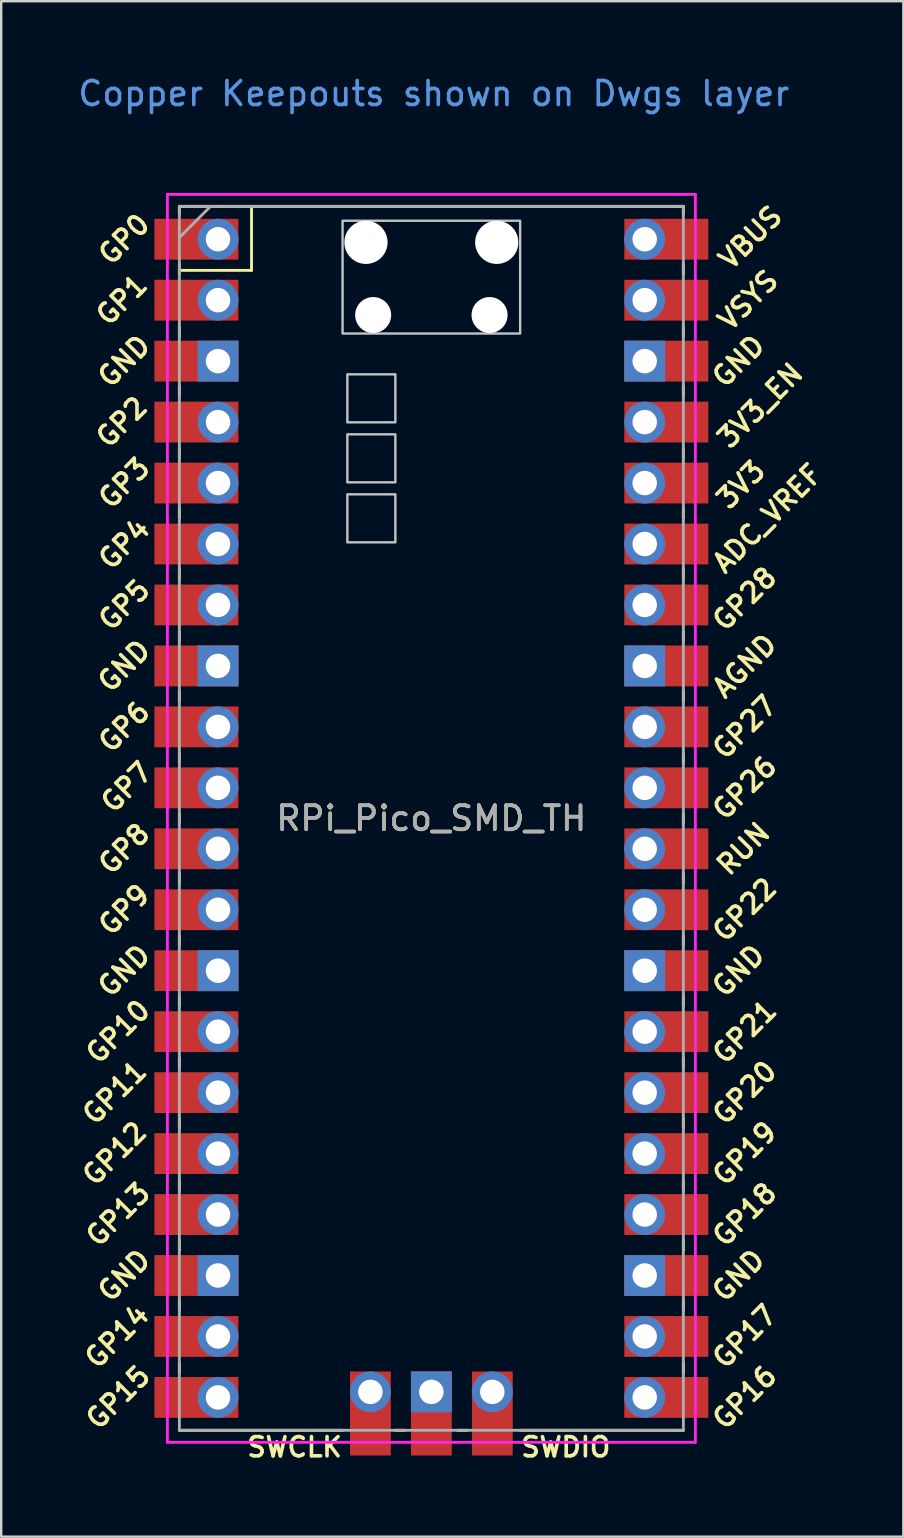
<source format=kicad_pcb>
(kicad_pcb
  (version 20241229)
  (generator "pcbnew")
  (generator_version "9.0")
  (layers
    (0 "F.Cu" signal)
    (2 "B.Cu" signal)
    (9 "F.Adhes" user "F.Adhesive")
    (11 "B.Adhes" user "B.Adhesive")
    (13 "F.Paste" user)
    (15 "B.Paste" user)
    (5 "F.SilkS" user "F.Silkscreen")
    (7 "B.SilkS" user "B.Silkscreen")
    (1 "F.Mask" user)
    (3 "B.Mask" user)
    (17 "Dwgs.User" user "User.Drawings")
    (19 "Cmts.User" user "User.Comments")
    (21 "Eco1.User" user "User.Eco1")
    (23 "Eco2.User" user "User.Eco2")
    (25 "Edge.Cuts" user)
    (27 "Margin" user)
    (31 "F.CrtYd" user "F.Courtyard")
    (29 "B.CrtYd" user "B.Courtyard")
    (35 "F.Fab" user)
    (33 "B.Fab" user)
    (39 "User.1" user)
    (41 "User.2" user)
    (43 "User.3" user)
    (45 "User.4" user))
  (footprint "RPi_Pico_SMD_TH"
    (layer "F.Cu")
    (at 14.924 31.048)
    (property "Reference" "RPi_Pico_SMD_TH" (at 0 0 0) (layer "F.SilkS") (effects (font (size 1 1) (thickness 0.15))))
    (attr through_hole)
    (fp_line (start -10.5 -25.5) (end -10.5 -25.2) (stroke (width 0.12) (type solid)) (layer "F.SilkS"))
    (fp_line (start -10.5 -25.5) (end 10.5 -25.5) (stroke (width 0.12) (type solid)) (layer "F.SilkS"))
    (fp_line (start -10.5 -23.1) (end -10.5 -22.7) (stroke (width 0.12) (type solid)) (layer "F.SilkS"))
    (fp_line (start -10.5 -22.833) (end -7.493 -22.833) (stroke (width 0.12) (type solid)) (layer "F.SilkS"))
    (fp_line (start -10.5 -20.5) (end -10.5 -20.1) (stroke (width 0.12) (type solid)) (layer "F.SilkS"))
    (fp_line (start -10.5 -18) (end -10.5 -17.6) (stroke (width 0.12) (type solid)) (layer "F.SilkS"))
    (fp_line (start -10.5 -15.4) (end -10.5 -15) (stroke (width 0.12) (type solid)) (layer "F.SilkS"))
    (fp_line (start -10.5 -12.9) (end -10.5 -12.5) (stroke (width 0.12) (type solid)) (layer "F.SilkS"))
    (fp_line (start -10.5 -10.4) (end -10.5 -10) (stroke (width 0.12) (type solid)) (layer "F.SilkS"))
    (fp_line (start -10.5 -7.8) (end -10.5 -7.4) (stroke (width 0.12) (type solid)) (layer "F.SilkS"))
    (fp_line (start -10.5 -5.3) (end -10.5 -4.9) (stroke (width 0.12) (type solid)) (layer "F.SilkS"))
    (fp_line (start -10.5 -2.7) (end -10.5 -2.3) (stroke (width 0.12) (type solid)) (layer "F.SilkS"))
    (fp_line (start -10.5 -0.2) (end -10.5 0.2) (stroke (width 0.12) (type solid)) (layer "F.SilkS"))
    (fp_line (start -10.5 2.3) (end -10.5 2.7) (stroke (width 0.12) (type solid)) (layer "F.SilkS"))
    (fp_line (start -10.5 4.9) (end -10.5 5.3) (stroke (width 0.12) (type solid)) (layer "F.SilkS"))
    (fp_line (start -10.5 7.4) (end -10.5 7.8) (stroke (width 0.12) (type solid)) (layer "F.SilkS"))
    (fp_line (start -10.5 10) (end -10.5 10.4) (stroke (width 0.12) (type solid)) (layer "F.SilkS"))
    (fp_line (start -10.5 12.5) (end -10.5 12.9) (stroke (width 0.12) (type solid)) (layer "F.SilkS"))
    (fp_line (start -10.5 15.1) (end -10.5 15.5) (stroke (width 0.12) (type solid)) (layer "F.SilkS"))
    (fp_line (start -10.5 17.6) (end -10.5 18) (stroke (width 0.12) (type solid)) (layer "F.SilkS"))
    (fp_line (start -10.5 20.1) (end -10.5 20.5) (stroke (width 0.12) (type solid)) (layer "F.SilkS"))
    (fp_line (start -10.5 22.7) (end -10.5 23.1) (stroke (width 0.12) (type solid)) (layer "F.SilkS"))
    (fp_line (start -7.493 -22.833) (end -7.493 -25.5) (stroke (width 0.12) (type solid)) (layer "F.SilkS"))
    (fp_line (start -3.7 25.5) (end -10.5 25.5) (stroke (width 0.12) (type solid)) (layer "F.SilkS"))
    (fp_line (start -1.5 25.5) (end -1.1 25.5) (stroke (width 0.12) (type solid)) (layer "F.SilkS"))
    (fp_line (start 1.1 25.5) (end 1.5 25.5) (stroke (width 0.12) (type solid)) (layer "F.SilkS"))
    (fp_line (start 10.5 -25.5) (end 10.5 -25.2) (stroke (width 0.12) (type solid)) (layer "F.SilkS"))
    (fp_line (start 10.5 -23.1) (end 10.5 -22.7) (stroke (width 0.12) (type solid)) (layer "F.SilkS"))
    (fp_line (start 10.5 -20.5) (end 10.5 -20.1) (stroke (width 0.12) (type solid)) (layer "F.SilkS"))
    (fp_line (start 10.5 -18) (end 10.5 -17.6) (stroke (width 0.12) (type solid)) (layer "F.SilkS"))
    (fp_line (start 10.5 -15.4) (end 10.5 -15) (stroke (width 0.12) (type solid)) (layer "F.SilkS"))
    (fp_line (start 10.5 -12.9) (end 10.5 -12.5) (stroke (width 0.12) (type solid)) (layer "F.SilkS"))
    (fp_line (start 10.5 -10.4) (end 10.5 -10) (stroke (width 0.12) (type solid)) (layer "F.SilkS"))
    (fp_line (start 10.5 -7.8) (end 10.5 -7.4) (stroke (width 0.12) (type solid)) (layer "F.SilkS"))
    (fp_line (start 10.5 -5.3) (end 10.5 -4.9) (stroke (width 0.12) (type solid)) (layer "F.SilkS"))
    (fp_line (start 10.5 -2.7) (end 10.5 -2.3) (stroke (width 0.12) (type solid)) (layer "F.SilkS"))
    (fp_line (start 10.5 -0.2) (end 10.5 0.2) (stroke (width 0.12) (type solid)) (layer "F.SilkS"))
    (fp_line (start 10.5 2.3) (end 10.5 2.7) (stroke (width 0.12) (type solid)) (layer "F.SilkS"))
    (fp_line (start 10.5 4.9) (end 10.5 5.3) (stroke (width 0.12) (type solid)) (layer "F.SilkS"))
    (fp_line (start 10.5 7.4) (end 10.5 7.8) (stroke (width 0.12) (type solid)) (layer "F.SilkS"))
    (fp_line (start 10.5 10) (end 10.5 10.4) (stroke (width 0.12) (type solid)) (layer "F.SilkS"))
    (fp_line (start 10.5 12.5) (end 10.5 12.9) (stroke (width 0.12) (type solid)) (layer "F.SilkS"))
    (fp_line (start 10.5 15.1) (end 10.5 15.5) (stroke (width 0.12) (type solid)) (layer "F.SilkS"))
    (fp_line (start 10.5 17.6) (end 10.5 18) (stroke (width 0.12) (type solid)) (layer "F.SilkS"))
    (fp_line (start 10.5 20.1) (end 10.5 20.5) (stroke (width 0.12) (type solid)) (layer "F.SilkS"))
    (fp_line (start 10.5 22.7) (end 10.5 23.1) (stroke (width 0.12) (type solid)) (layer "F.SilkS"))
    (fp_line (start 10.5 25.5) (end 3.7 25.5) (stroke (width 0.12) (type solid)) (layer "F.SilkS"))
    (fp_poly (pts (xy -1.5 -16.5) (xy -3.5 -16.5) (xy -3.5 -18.5) (xy -1.5 -18.5)) (stroke (width 0.1) (type solid)) (fill no) (layer "Dwgs.User"))
    (fp_poly (pts (xy -1.5 -14) (xy -3.5 -14) (xy -3.5 -16) (xy -1.5 -16)) (stroke (width 0.1) (type solid)) (fill no) (layer "Dwgs.User"))
    (fp_poly (pts (xy -1.5 -11.5) (xy -3.5 -11.5) (xy -3.5 -13.5) (xy -1.5 -13.5)) (stroke (width 0.1) (type solid)) (fill no) (layer "Dwgs.User"))
    (fp_poly (pts (xy 3.7 -20.2) (xy -3.7 -20.2) (xy -3.7 -24.9) (xy 3.7 -24.9)) (stroke (width 0.1) (type solid)) (fill no) (layer "Dwgs.User"))
    (fp_line (start -11 -26) (end 11 -26) (stroke (width 0.12) (type solid)) (layer "F.CrtYd"))
    (fp_line (start -11 26) (end -11 -26) (stroke (width 0.12) (type solid)) (layer "F.CrtYd"))
    (fp_line (start 11 -26) (end 11 26) (stroke (width 0.12) (type solid)) (layer "F.CrtYd"))
    (fp_line (start 11 26) (end -11 26) (stroke (width 0.12) (type solid)) (layer "F.CrtYd"))
    (fp_line (start -10.5 -25.5) (end 10.5 -25.5) (stroke (width 0.12) (type solid)) (layer "F.Fab"))
    (fp_line (start -10.5 -24.2) (end -9.2 -25.5) (stroke (width 0.12) (type solid)) (layer "F.Fab"))
    (fp_line (start -10.5 25.5) (end -10.5 -25.5) (stroke (width 0.12) (type solid)) (layer "F.Fab"))
    (fp_line (start 10.5 -25.5) (end 10.5 25.5) (stroke (width 0.12) (type solid)) (layer "F.Fab"))
    (fp_line (start 10.5 25.5) (end -10.5 25.5) (stroke (width 0.12) (type solid)) (layer "F.Fab"))
    (fp_text user "GND" (at -12.8 19.05 45) (layer "F.SilkS") (effects (font (size 0.8 0.8) (thickness 0.15))))
    (fp_text user "GND" (at 12.8 19.05 45) (layer "F.SilkS") (effects (font (size 0.8 0.8) (thickness 0.15))))
    (fp_text user "GP15" (at -13.054 24.13 45) (layer "F.SilkS") (effects (font (size 0.8 0.8) (thickness 0.15))))
    (fp_text user "AGND" (at 13.054 -6.35 45) (layer "F.SilkS") (effects (font (size 0.8 0.8) (thickness 0.15))))
    (fp_text user "GP3" (at -12.8 -13.97 45) (layer "F.SilkS") (effects (font (size 0.8 0.8) (thickness 0.15))))
    (fp_text user "GP21" (at 13.054 8.9 45) (layer "F.SilkS") (effects (font (size 0.8 0.8) (thickness 0.15))))
    (fp_text user "GP14" (at -13.1 21.59 45) (layer "F.SilkS") (effects (font (size 0.8 0.8) (thickness 0.15))))
    (fp_text user "GP27" (at 13.054 -3.8 45) (layer "F.SilkS") (effects (font (size 0.8 0.8) (thickness 0.15))))
    (fp_text user "GP8" (at -12.8 1.27 45) (layer "F.SilkS") (effects (font (size 0.8 0.8) (thickness 0.15))))
    (fp_text user "GP2" (at -12.9 -16.51 45) (layer "F.SilkS") (effects (font (size 0.8 0.8) (thickness 0.15))))
    (fp_text user "GP22" (at 13.054 3.81 45) (layer "F.SilkS") (effects (font (size 0.8 0.8) (thickness 0.15))))
    (fp_text user "3V3_EN" (at 13.7 -17.2 45) (layer "F.SilkS") (effects (font (size 0.8 0.8) (thickness 0.15))))
    (fp_text user "GP0" (at -12.8 -24.13 45) (layer "F.SilkS") (effects (font (size 0.8 0.8) (thickness 0.15))))
    (fp_text user "GP17" (at 13.054 21.59 45) (layer "F.SilkS") (effects (font (size 0.8 0.8) (thickness 0.15))))
    (fp_text user "GP19" (at 13.054 13.97 45) (layer "F.SilkS") (effects (font (size 0.8 0.8) (thickness 0.15))))
    (fp_text user "SWDIO" (at 5.6 26.2 0) (layer "F.SilkS") (effects (font (size 0.8 0.8) (thickness 0.15))))
    (fp_text user "GP20" (at 13.054 11.43 45) (layer "F.SilkS") (effects (font (size 0.8 0.8) (thickness 0.15))))
    (fp_text user "GND" (at 12.8 -19.05 45) (layer "F.SilkS") (effects (font (size 0.8 0.8) (thickness 0.15))))
    (fp_text user "GP12" (at -13.2 13.97 45) (layer "F.SilkS") (effects (font (size 0.8 0.8) (thickness 0.15))))
    (fp_text user "GP13" (at -13.054 16.51 45) (layer "F.SilkS") (effects (font (size 0.8 0.8) (thickness 0.15))))
    (fp_text user "GP9" (at -12.8 3.81 45) (layer "F.SilkS") (effects (font (size 0.8 0.8) (thickness 0.15))))
    (fp_text user "GND" (at -12.8 6.35 45) (layer "F.SilkS") (effects (font (size 0.8 0.8) (thickness 0.15))))
    (fp_text user "GP16" (at 13.054 24.13 45) (layer "F.SilkS") (effects (font (size 0.8 0.8) (thickness 0.15))))
    (fp_text user "GP11" (at -13.2 11.43 45) (layer "F.SilkS") (effects (font (size 0.8 0.8) (thickness 0.15))))
    (fp_text user "VBUS" (at 13.3 -24.2 45) (layer "F.SilkS") (effects (font (size 0.8 0.8) (thickness 0.15))))
    (fp_text user "GP4" (at -12.8 -11.43 45) (layer "F.SilkS") (effects (font (size 0.8 0.8) (thickness 0.15))))
    (fp_text user "GND" (at 12.8 6.35 45) (layer "F.SilkS") (effects (font (size 0.8 0.8) (thickness 0.15))))
    (fp_text user "SWCLK" (at -5.7 26.2 0) (layer "F.SilkS") (effects (font (size 0.8 0.8) (thickness 0.15))))
    (fp_text user "GP18" (at 13.054 16.51 45) (layer "F.SilkS") (effects (font (size 0.8 0.8) (thickness 0.15))))
    (fp_text user "GP1" (at -12.9 -21.6 45) (layer "F.SilkS") (effects (font (size 0.8 0.8) (thickness 0.15))))
    (fp_text user "GND" (at -12.8 -19.05 45) (layer "F.SilkS") (effects (font (size 0.8 0.8) (thickness 0.15))))
    (fp_text user "GP26" (at 13.054 -1.27 45) (layer "F.SilkS") (effects (font (size 0.8 0.8) (thickness 0.15))))
    (fp_text user "GP5" (at -12.8 -8.89 45) (layer "F.SilkS") (effects (font (size 0.8 0.8) (thickness 0.15))))
    (fp_text user "GND" (at -12.8 -6.35 45) (layer "F.SilkS") (effects (font (size 0.8 0.8) (thickness 0.15))))
    (fp_text user "GP10" (at -13.054 8.89 45) (layer "F.SilkS") (effects (font (size 0.8 0.8) (thickness 0.15))))
    (fp_text user "RUN" (at 13 1.27 45) (layer "F.SilkS") (effects (font (size 0.8 0.8) (thickness 0.15))))
    (fp_text user "GP6" (at -12.8 -3.81 45) (layer "F.SilkS") (effects (font (size 0.8 0.8) (thickness 0.15))))
    (fp_text user "ADC_VREF" (at 14 -12.5 45) (layer "F.SilkS") (effects (font (size 0.8 0.8) (thickness 0.15))))
    (fp_text user "3V3" (at 12.9 -13.9 45) (layer "F.SilkS") (effects (font (size 0.8 0.8) (thickness 0.15))))
    (fp_text user "VSYS" (at 13.2 -21.59 45) (layer "F.SilkS") (effects (font (size 0.8 0.8) (thickness 0.15))))
    (fp_text user "GP7" (at -12.7 -1.3 45) (layer "F.SilkS") (effects (font (size 0.8 0.8) (thickness 0.15))))
    (fp_text user "GP28" (at 13.054 -9.144 45) (layer "F.SilkS") (effects (font (size 0.8 0.8) (thickness 0.15))))
    (fp_text user "Copper Keepouts shown on Dwgs layer" (at 0.1 -30.2 0) (layer "Cmts.User") (effects (font (size 1 1) (thickness 0.15))))
    (fp_text user "${REFERENCE}" (at 0 0 180) (layer "F.Fab") (effects (font (size 1 1) (thickness 0.15))))
    (pad "" np_thru_hole oval (at -2.725 -24) (size 1.8 1.8) (drill 1.8) (layers "*.Cu" "*.Mask"))
    (pad "" np_thru_hole oval (at -2.425 -20.97) (size 1.5 1.5) (drill 1.5) (layers "*.Cu" "*.Mask"))
    (pad "" np_thru_hole oval (at 2.425 -20.97) (size 1.5 1.5) (drill 1.5) (layers "*.Cu" "*.Mask"))
    (pad "" np_thru_hole oval (at 2.725 -24) (size 1.8 1.8) (drill 1.8) (layers "*.Cu" "*.Mask"))
    (pad "1" thru_hole oval (at -8.89 -24.13) (size 1.7 1.7) (drill 1.02) (layers "*.Cu" "*.Mask"))
    (pad "1" smd rect (at -8.89 -24.13) (size 3.5 1.7) (drill (offset -0.9 0)) (layers "F.Cu" "F.Mask"))
    (pad "2" thru_hole oval (at -8.89 -21.59) (size 1.7 1.7) (drill 1.02) (layers "*.Cu" "*.Mask"))
    (pad "2" smd rect (at -8.89 -21.59) (size 3.5 1.7) (drill (offset -0.9 0)) (layers "F.Cu" "F.Mask"))
    (pad "3" thru_hole rect (at -8.89 -19.05) (size 1.7 1.7) (drill 1.02) (layers "*.Cu" "*.Mask"))
    (pad "3" smd rect (at -8.89 -19.05) (size 3.5 1.7) (drill (offset -0.9 0)) (layers "F.Cu" "F.Mask"))
    (pad "4" thru_hole oval (at -8.89 -16.51) (size 1.7 1.7) (drill 1.02) (layers "*.Cu" "*.Mask"))
    (pad "4" smd rect (at -8.89 -16.51) (size 3.5 1.7) (drill (offset -0.9 0)) (layers "F.Cu" "F.Mask"))
    (pad "5" thru_hole oval (at -8.89 -13.97) (size 1.7 1.7) (drill 1.02) (layers "*.Cu" "*.Mask"))
    (pad "5" smd rect (at -8.89 -13.97) (size 3.5 1.7) (drill (offset -0.9 0)) (layers "F.Cu" "F.Mask"))
    (pad "6" thru_hole oval (at -8.89 -11.43) (size 1.7 1.7) (drill 1.02) (layers "*.Cu" "*.Mask"))
    (pad "6" smd rect (at -8.89 -11.43) (size 3.5 1.7) (drill (offset -0.9 0)) (layers "F.Cu" "F.Mask"))
    (pad "7" thru_hole oval (at -8.89 -8.89) (size 1.7 1.7) (drill 1.02) (layers "*.Cu" "*.Mask"))
    (pad "7" smd rect (at -8.89 -8.89) (size 3.5 1.7) (drill (offset -0.9 0)) (layers "F.Cu" "F.Mask"))
    (pad "8" thru_hole rect (at -8.89 -6.35) (size 1.7 1.7) (drill 1.02) (layers "*.Cu" "*.Mask"))
    (pad "8" smd rect (at -8.89 -6.35) (size 3.5 1.7) (drill (offset -0.9 0)) (layers "F.Cu" "F.Mask"))
    (pad "9" thru_hole oval (at -8.89 -3.81) (size 1.7 1.7) (drill 1.02) (layers "*.Cu" "*.Mask"))
    (pad "9" smd rect (at -8.89 -3.81) (size 3.5 1.7) (drill (offset -0.9 0)) (layers "F.Cu" "F.Mask"))
    (pad "10" thru_hole oval (at -8.89 -1.27) (size 1.7 1.7) (drill 1.02) (layers "*.Cu" "*.Mask"))
    (pad "10" smd rect (at -8.89 -1.27) (size 3.5 1.7) (drill (offset -0.9 0)) (layers "F.Cu" "F.Mask"))
    (pad "11" thru_hole oval (at -8.89 1.27) (size 1.7 1.7) (drill 1.02) (layers "*.Cu" "*.Mask"))
    (pad "11" smd rect (at -8.89 1.27) (size 3.5 1.7) (drill (offset -0.9 0)) (layers "F.Cu" "F.Mask"))
    (pad "12" thru_hole oval (at -8.89 3.81) (size 1.7 1.7) (drill 1.02) (layers "*.Cu" "*.Mask"))
    (pad "12" smd rect (at -8.89 3.81) (size 3.5 1.7) (drill (offset -0.9 0)) (layers "F.Cu" "F.Mask"))
    (pad "13" thru_hole rect (at -8.89 6.35) (size 1.7 1.7) (drill 1.02) (layers "*.Cu" "*.Mask"))
    (pad "13" smd rect (at -8.89 6.35) (size 3.5 1.7) (drill (offset -0.9 0)) (layers "F.Cu" "F.Mask"))
    (pad "14" thru_hole oval (at -8.89 8.89) (size 1.7 1.7) (drill 1.02) (layers "*.Cu" "*.Mask"))
    (pad "14" smd rect (at -8.89 8.89) (size 3.5 1.7) (drill (offset -0.9 0)) (layers "F.Cu" "F.Mask"))
    (pad "15" thru_hole oval (at -8.89 11.43) (size 1.7 1.7) (drill 1.02) (layers "*.Cu" "*.Mask"))
    (pad "15" smd rect (at -8.89 11.43) (size 3.5 1.7) (drill (offset -0.9 0)) (layers "F.Cu" "F.Mask"))
    (pad "16" thru_hole oval (at -8.89 13.97) (size 1.7 1.7) (drill 1.02) (layers "*.Cu" "*.Mask"))
    (pad "16" smd rect (at -8.89 13.97) (size 3.5 1.7) (drill (offset -0.9 0)) (layers "F.Cu" "F.Mask"))
    (pad "17" thru_hole oval (at -8.89 16.51) (size 1.7 1.7) (drill 1.02) (layers "*.Cu" "*.Mask"))
    (pad "17" smd rect (at -8.89 16.51) (size 3.5 1.7) (drill (offset -0.9 0)) (layers "F.Cu" "F.Mask"))
    (pad "18" thru_hole rect (at -8.89 19.05) (size 1.7 1.7) (drill 1.02) (layers "*.Cu" "*.Mask"))
    (pad "18" smd rect (at -8.89 19.05) (size 3.5 1.7) (drill (offset -0.9 0)) (layers "F.Cu" "F.Mask"))
    (pad "19" thru_hole oval (at -8.89 21.59) (size 1.7 1.7) (drill 1.02) (layers "*.Cu" "*.Mask"))
    (pad "19" smd rect (at -8.89 21.59) (size 3.5 1.7) (drill (offset -0.9 0)) (layers "F.Cu" "F.Mask"))
    (pad "20" thru_hole oval (at -8.89 24.13) (size 1.7 1.7) (drill 1.02) (layers "*.Cu" "*.Mask"))
    (pad "20" smd rect (at -8.89 24.13) (size 3.5 1.7) (drill (offset -0.9 0)) (layers "F.Cu" "F.Mask"))
    (pad "21" thru_hole oval (at 8.89 24.13) (size 1.7 1.7) (drill 1.02) (layers "*.Cu" "*.Mask"))
    (pad "21" smd rect (at 8.89 24.13) (size 3.5 1.7) (drill (offset 0.9 0)) (layers "F.Cu" "F.Mask"))
    (pad "22" thru_hole oval (at 8.89 21.59) (size 1.7 1.7) (drill 1.02) (layers "*.Cu" "*.Mask"))
    (pad "22" smd rect (at 8.89 21.59) (size 3.5 1.7) (drill (offset 0.9 0)) (layers "F.Cu" "F.Mask"))
    (pad "23" thru_hole rect (at 8.89 19.05) (size 1.7 1.7) (drill 1.02) (layers "*.Cu" "*.Mask"))
    (pad "23" smd rect (at 8.89 19.05) (size 3.5 1.7) (drill (offset 0.9 0)) (layers "F.Cu" "F.Mask"))
    (pad "24" thru_hole oval (at 8.89 16.51) (size 1.7 1.7) (drill 1.02) (layers "*.Cu" "*.Mask"))
    (pad "24" smd rect (at 8.89 16.51) (size 3.5 1.7) (drill (offset 0.9 0)) (layers "F.Cu" "F.Mask"))
    (pad "25" thru_hole oval (at 8.89 13.97) (size 1.7 1.7) (drill 1.02) (layers "*.Cu" "*.Mask"))
    (pad "25" smd rect (at 8.89 13.97) (size 3.5 1.7) (drill (offset 0.9 0)) (layers "F.Cu" "F.Mask"))
    (pad "26" thru_hole oval (at 8.89 11.43) (size 1.7 1.7) (drill 1.02) (layers "*.Cu" "*.Mask"))
    (pad "26" smd rect (at 8.89 11.43) (size 3.5 1.7) (drill (offset 0.9 0)) (layers "F.Cu" "F.Mask"))
    (pad "27" thru_hole oval (at 8.89 8.89) (size 1.7 1.7) (drill 1.02) (layers "*.Cu" "*.Mask"))
    (pad "27" smd rect (at 8.89 8.89) (size 3.5 1.7) (drill (offset 0.9 0)) (layers "F.Cu" "F.Mask"))
    (pad "28" thru_hole rect (at 8.89 6.35) (size 1.7 1.7) (drill 1.02) (layers "*.Cu" "*.Mask"))
    (pad "28" smd rect (at 8.89 6.35) (size 3.5 1.7) (drill (offset 0.9 0)) (layers "F.Cu" "F.Mask"))
    (pad "29" thru_hole oval (at 8.89 3.81) (size 1.7 1.7) (drill 1.02) (layers "*.Cu" "*.Mask"))
    (pad "29" smd rect (at 8.89 3.81) (size 3.5 1.7) (drill (offset 0.9 0)) (layers "F.Cu" "F.Mask"))
    (pad "30" thru_hole oval (at 8.89 1.27) (size 1.7 1.7) (drill 1.02) (layers "*.Cu" "*.Mask"))
    (pad "30" smd rect (at 8.89 1.27) (size 3.5 1.7) (drill (offset 0.9 0)) (layers "F.Cu" "F.Mask"))
    (pad "31" thru_hole oval (at 8.89 -1.27) (size 1.7 1.7) (drill 1.02) (layers "*.Cu" "*.Mask"))
    (pad "31" smd rect (at 8.89 -1.27) (size 3.5 1.7) (drill (offset 0.9 0)) (layers "F.Cu" "F.Mask"))
    (pad "32" thru_hole oval (at 8.89 -3.81) (size 1.7 1.7) (drill 1.02) (layers "*.Cu" "*.Mask"))
    (pad "32" smd rect (at 8.89 -3.81) (size 3.5 1.7) (drill (offset 0.9 0)) (layers "F.Cu" "F.Mask"))
    (pad "33" thru_hole rect (at 8.89 -6.35) (size 1.7 1.7) (drill 1.02) (layers "*.Cu" "*.Mask"))
    (pad "33" smd rect (at 8.89 -6.35) (size 3.5 1.7) (drill (offset 0.9 0)) (layers "F.Cu" "F.Mask"))
    (pad "34" thru_hole oval (at 8.89 -8.89) (size 1.7 1.7) (drill 1.02) (layers "*.Cu" "*.Mask"))
    (pad "34" smd rect (at 8.89 -8.89) (size 3.5 1.7) (drill (offset 0.9 0)) (layers "F.Cu" "F.Mask"))
    (pad "35" thru_hole oval (at 8.89 -11.43) (size 1.7 1.7) (drill 1.02) (layers "*.Cu" "*.Mask"))
    (pad "35" smd rect (at 8.89 -11.43) (size 3.5 1.7) (drill (offset 0.9 0)) (layers "F.Cu" "F.Mask"))
    (pad "36" thru_hole oval (at 8.89 -13.97) (size 1.7 1.7) (drill 1.02) (layers "*.Cu" "*.Mask"))
    (pad "36" smd rect (at 8.89 -13.97) (size 3.5 1.7) (drill (offset 0.9 0)) (layers "F.Cu" "F.Mask"))
    (pad "37" thru_hole oval (at 8.89 -16.51) (size 1.7 1.7) (drill 1.02) (layers "*.Cu" "*.Mask"))
    (pad "37" smd rect (at 8.89 -16.51) (size 3.5 1.7) (drill (offset 0.9 0)) (layers "F.Cu" "F.Mask"))
    (pad "38" thru_hole rect (at 8.89 -19.05) (size 1.7 1.7) (drill 1.02) (layers "*.Cu" "*.Mask"))
    (pad "38" smd rect (at 8.89 -19.05) (size 3.5 1.7) (drill (offset 0.9 0)) (layers "F.Cu" "F.Mask"))
    (pad "39" thru_hole oval (at 8.89 -21.59) (size 1.7 1.7) (drill 1.02) (layers "*.Cu" "*.Mask"))
    (pad "39" smd rect (at 8.89 -21.59) (size 3.5 1.7) (drill (offset 0.9 0)) (layers "F.Cu" "F.Mask"))
    (pad "40" thru_hole oval (at 8.89 -24.13) (size 1.7 1.7) (drill 1.02) (layers "*.Cu" "*.Mask"))
    (pad "40" smd rect (at 8.89 -24.13) (size 3.5 1.7) (drill (offset 0.9 0)) (layers "F.Cu" "F.Mask"))
    (pad "41" thru_hole oval (at -2.54 23.9) (size 1.7 1.7) (drill 1.02) (layers "*.Cu" "*.Mask"))
    (pad "41" smd rect (at -2.54 23.9 90) (size 3.5 1.7) (drill (offset -0.9 0)) (layers "F.Cu" "F.Mask"))
    (pad "42" thru_hole rect (at 0 23.9) (size 1.7 1.7) (drill 1.02) (layers "*.Cu" "*.Mask"))
    (pad "42" smd rect (at 0 23.9 90) (size 3.5 1.7) (drill (offset -0.9 0)) (layers "F.Cu" "F.Mask"))
    (pad "43" thru_hole oval (at 2.54 23.9) (size 1.7 1.7) (drill 1.02) (layers "*.Cu" "*.Mask"))
    (pad "43" smd rect (at 2.54 23.9 90) (size 3.5 1.7) (drill (offset -0.9 0)) (layers "F.Cu" "F.Mask")))
  (gr_rect
    (start -3 -3)
    (end 34.591 60.98)
    (stroke (width 0.1) (type default))
    (fill no)
    (layer "Edge.Cuts")))
</source>
